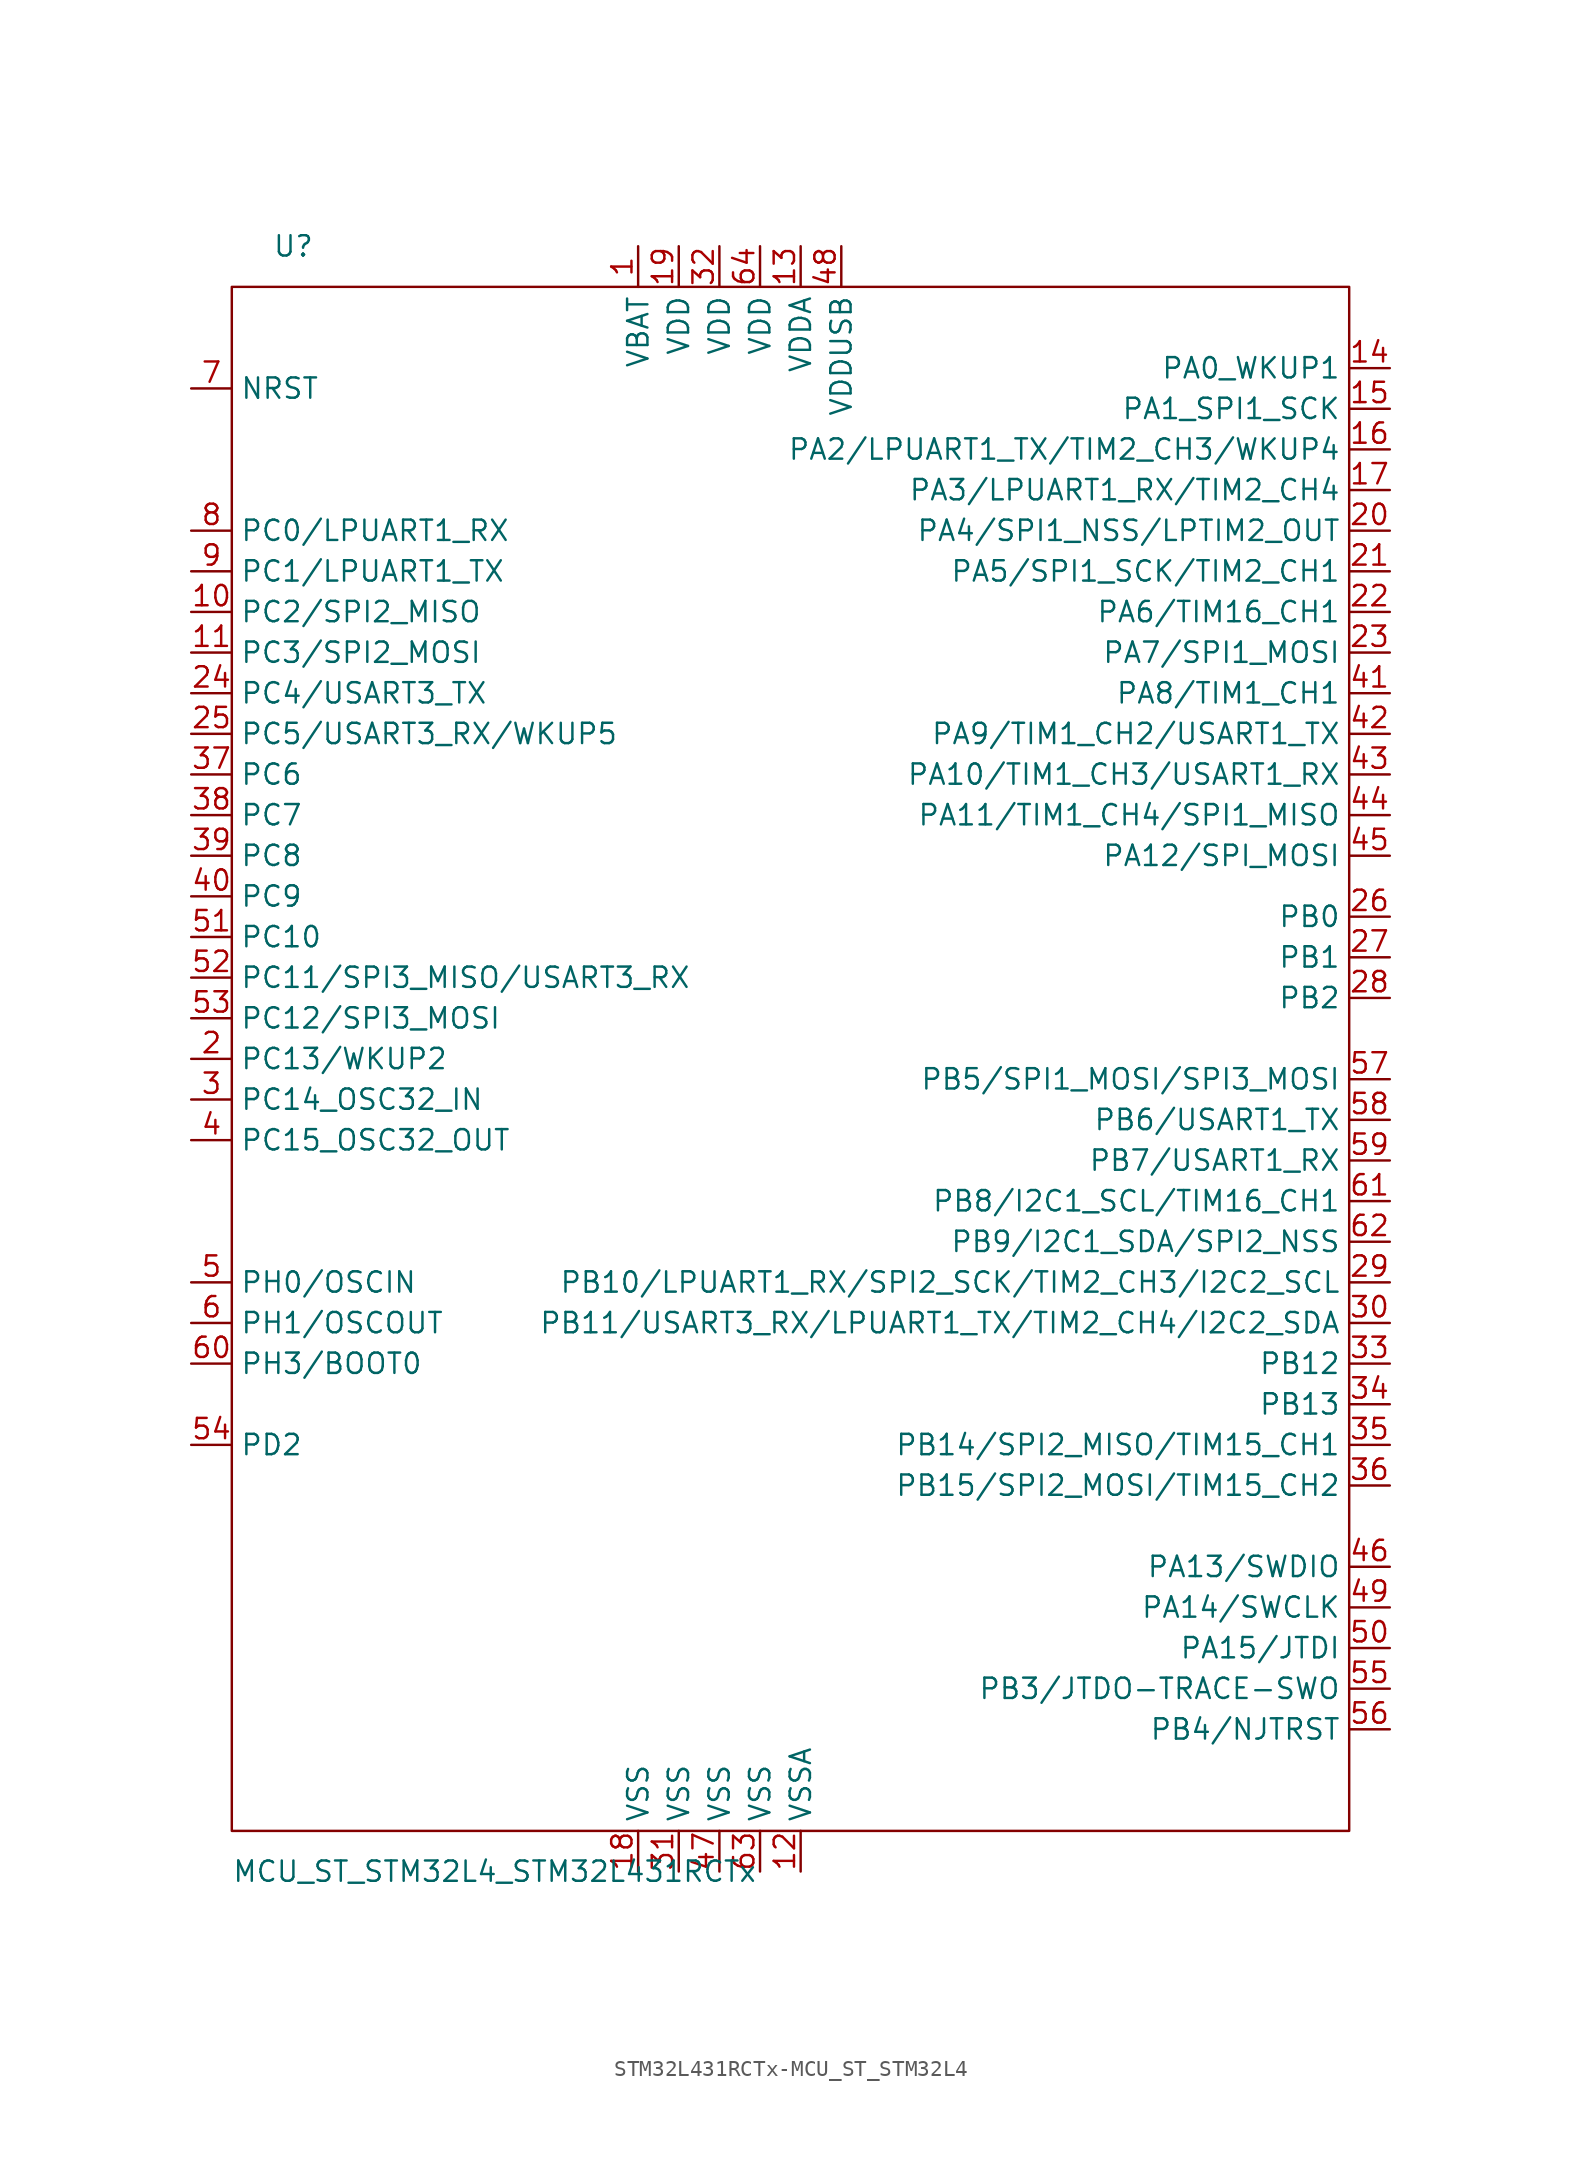
<source format=kicad_sym>
(kicad_symbol_lib
  (version 20220914)
  (generator kicad_symbol_editor)
  (symbol "STM32L431RCTx-MCU_ST_STM32L4"
    (property "Reference" "U"
      (at -6.35 29.21 0)
      (effects (font (size 1.27 1.27)) (justify left)))
    (property "Value" "MCU_ST_STM32L4_STM32L431RCTx"
      (at -8.89 -72.39 0)
      (effects (font (size 1.27 1.27)) (justify left)))
    (symbol "STM32L431RCTx-MCU_ST_STM32L4_0_1"
      (rectangle (start -8.89 26.67) (end 60.96 -69.85) (stroke (width 0) (type solid)) (fill (type none))))
    (symbol "STM32L431RCTx-MCU_ST_STM32L4_1_1"
      (pin power_in line (at 16.51 29.21 270) (length 2.54) (name "VBAT" (effects (font (size 1.27 1.27)))) (number "1" (effects (font (size 1.27 1.27)))))
      (pin bidirectional line (at -11.43 6.35 0) (length 2.54) (name "PC2/SPI2_MISO" (effects (font (size 1.27 1.27)))) (number "10" (effects (font (size 1.27 1.27)))))
      (pin bidirectional line (at -11.43 3.81 0) (length 2.54) (name "PC3/SPI2_MOSI" (effects (font (size 1.27 1.27)))) (number "11" (effects (font (size 1.27 1.27)))))
      (pin power_in line (at 26.67 -72.39 90) (length 2.54) (name "VSSA" (effects (font (size 1.27 1.27)))) (number "12" (effects (font (size 1.27 1.27)))))
      (pin power_in line (at 26.67 29.21 270) (length 2.54) (name "VDDA" (effects (font (size 1.27 1.27)))) (number "13" (effects (font (size 1.27 1.27)))))
      (pin bidirectional line (at 63.5 21.59 180) (length 2.54) (name "PA0_WKUP1" (effects (font (size 1.27 1.27)))) (number "14" (effects (font (size 1.27 1.27)))))
      (pin bidirectional line (at 63.5 19.05 180) (length 2.54) (name "PA1_SPI1_SCK" (effects (font (size 1.27 1.27)))) (number "15" (effects (font (size 1.27 1.27)))))
      (pin bidirectional line (at 63.5 16.51 180) (length 2.54) (name "PA2/LPUART1_TX/TIM2_CH3/WKUP4" (effects (font (size 1.27 1.27)))) (number "16" (effects (font (size 1.27 1.27)))))
      (pin bidirectional line (at 63.5 13.97 180) (length 2.54) (name "PA3/LPUART1_RX/TIM2_CH4" (effects (font (size 1.27 1.27)))) (number "17" (effects (font (size 1.27 1.27)))))
      (pin power_in line (at 16.51 -72.39 90) (length 2.54) (name "VSS" (effects (font (size 1.27 1.27)))) (number "18" (effects (font (size 1.27 1.27)))))
      (pin power_in line (at 19.05 29.21 270) (length 2.54) (name "VDD" (effects (font (size 1.27 1.27)))) (number "19" (effects (font (size 1.27 1.27)))))
      (pin bidirectional line (at -11.43 -21.59 0) (length 2.54) (name "PC13/WKUP2" (effects (font (size 1.27 1.27)))) (number "2" (effects (font (size 1.27 1.27)))))
      (pin bidirectional line (at 63.5 11.43 180) (length 2.54) (name "PA4/SPI1_NSS/LPTIM2_OUT" (effects (font (size 1.27 1.27)))) (number "20" (effects (font (size 1.27 1.27)))))
      (pin bidirectional line (at 63.5 8.89 180) (length 2.54) (name "PA5/SPI1_SCK/TIM2_CH1" (effects (font (size 1.27 1.27)))) (number "21" (effects (font (size 1.27 1.27)))))
      (pin bidirectional line (at 63.5 6.35 180) (length 2.54) (name "PA6/TIM16_CH1" (effects (font (size 1.27 1.27)))) (number "22" (effects (font (size 1.27 1.27)))))
      (pin bidirectional line (at 63.5 3.81 180) (length 2.54) (name "PA7/SPI1_MOSI" (effects (font (size 1.27 1.27)))) (number "23" (effects (font (size 1.27 1.27)))))
      (pin bidirectional line (at -11.43 1.27 0) (length 2.54) (name "PC4/USART3_TX" (effects (font (size 1.27 1.27)))) (number "24" (effects (font (size 1.27 1.27)))))
      (pin bidirectional line (at -11.43 -1.27 0) (length 2.54) (name "PC5/USART3_RX/WKUP5" (effects (font (size 1.27 1.27)))) (number "25" (effects (font (size 1.27 1.27)))))
      (pin bidirectional line (at 63.5 -12.7 180) (length 2.54) (name "PB0" (effects (font (size 1.27 1.27)))) (number "26" (effects (font (size 1.27 1.27)))))
      (pin bidirectional line (at 63.5 -15.24 180) (length 2.54) (name "PB1" (effects (font (size 1.27 1.27)))) (number "27" (effects (font (size 1.27 1.27)))))
      (pin bidirectional line (at 63.5 -17.78 180) (length 2.54) (name "PB2" (effects (font (size 1.27 1.27)))) (number "28" (effects (font (size 1.27 1.27)))))
      (pin bidirectional line (at 63.5 -35.56 180) (length 2.54) (name "PB10/LPUART1_RX/SPI2_SCK/TIM2_CH3/I2C2_SCL" (effects (font (size 1.27 1.27)))) (number "29" (effects (font (size 1.27 1.27)))))
      (pin bidirectional line (at -11.43 -24.13 0) (length 2.54) (name "PC14_OSC32_IN" (effects (font (size 1.27 1.27)))) (number "3" (effects (font (size 1.27 1.27)))))
      (pin bidirectional line (at 63.5 -38.1 180) (length 2.54) (name "PB11/USART3_RX/LPUART1_TX/TIM2_CH4/I2C2_SDA" (effects (font (size 1.27 1.27)))) (number "30" (effects (font (size 1.27 1.27)))))
      (pin power_in line (at 19.05 -72.39 90) (length 2.54) (name "VSS" (effects (font (size 1.27 1.27)))) (number "31" (effects (font (size 1.27 1.27)))))
      (pin power_in line (at 21.59 29.21 270) (length 2.54) (name "VDD" (effects (font (size 1.27 1.27)))) (number "32" (effects (font (size 1.27 1.27)))))
      (pin bidirectional line (at 63.5 -40.64 180) (length 2.54) (name "PB12" (effects (font (size 1.27 1.27)))) (number "33" (effects (font (size 1.27 1.27)))))
      (pin bidirectional line (at 63.5 -43.18 180) (length 2.54) (name "PB13" (effects (font (size 1.27 1.27)))) (number "34" (effects (font (size 1.27 1.27)))))
      (pin bidirectional line (at 63.5 -45.72 180) (length 2.54) (name "PB14/SPI2_MISO/TIM15_CH1" (effects (font (size 1.27 1.27)))) (number "35" (effects (font (size 1.27 1.27)))))
      (pin bidirectional line (at 63.5 -48.26 180) (length 2.54) (name "PB15/SPI2_MOSI/TIM15_CH2" (effects (font (size 1.27 1.27)))) (number "36" (effects (font (size 1.27 1.27)))))
      (pin bidirectional line (at -11.43 -3.81 0) (length 2.54) (name "PC6" (effects (font (size 1.27 1.27)))) (number "37" (effects (font (size 1.27 1.27)))))
      (pin bidirectional line (at -11.43 -6.35 0) (length 2.54) (name "PC7" (effects (font (size 1.27 1.27)))) (number "38" (effects (font (size 1.27 1.27)))))
      (pin bidirectional line (at -11.43 -8.89 0) (length 2.54) (name "PC8" (effects (font (size 1.27 1.27)))) (number "39" (effects (font (size 1.27 1.27)))))
      (pin bidirectional line (at -11.43 -26.67 0) (length 2.54) (name "PC15_OSC32_OUT" (effects (font (size 1.27 1.27)))) (number "4" (effects (font (size 1.27 1.27)))))
      (pin bidirectional line (at -11.43 -11.43 0) (length 2.54) (name "PC9" (effects (font (size 1.27 1.27)))) (number "40" (effects (font (size 1.27 1.27)))))
      (pin bidirectional line (at 63.5 1.27 180) (length 2.54) (name "PA8/TIM1_CH1" (effects (font (size 1.27 1.27)))) (number "41" (effects (font (size 1.27 1.27)))))
      (pin bidirectional line (at 63.5 -1.27 180) (length 2.54) (name "PA9/TIM1_CH2/USART1_TX" (effects (font (size 1.27 1.27)))) (number "42" (effects (font (size 1.27 1.27)))))
      (pin bidirectional line (at 63.5 -3.81 180) (length 2.54) (name "PA10/TIM1_CH3/USART1_RX" (effects (font (size 1.27 1.27)))) (number "43" (effects (font (size 1.27 1.27)))))
      (pin bidirectional line (at 63.5 -6.35 180) (length 2.54) (name "PA11/TIM1_CH4/SPI1_MISO" (effects (font (size 1.27 1.27)))) (number "44" (effects (font (size 1.27 1.27)))))
      (pin bidirectional line (at 63.5 -8.89 180) (length 2.54) (name "PA12/SPI_MOSI" (effects (font (size 1.27 1.27)))) (number "45" (effects (font (size 1.27 1.27)))))
      (pin bidirectional line (at 63.5 -53.34 180) (length 2.54) (name "PA13/SWDIO" (effects (font (size 1.27 1.27)))) (number "46" (effects (font (size 1.27 1.27)))))
      (pin power_in line (at 21.59 -72.39 90) (length 2.54) (name "VSS" (effects (font (size 1.27 1.27)))) (number "47" (effects (font (size 1.27 1.27)))))
      (pin power_in line (at 29.21 29.21 270) (length 2.54) (name "VDDUSB" (effects (font (size 1.27 1.27)))) (number "48" (effects (font (size 1.27 1.27)))))
      (pin bidirectional line (at 63.5 -55.88 180) (length 2.54) (name "PA14/SWCLK" (effects (font (size 1.27 1.27)))) (number "49" (effects (font (size 1.27 1.27)))))
      (pin input line (at -11.43 -35.56 0) (length 2.54) (name "PH0/OSCIN" (effects (font (size 1.27 1.27)))) (number "5" (effects (font (size 1.27 1.27)))))
      (pin bidirectional line (at 63.5 -58.42 180) (length 2.54) (name "PA15/JTDI" (effects (font (size 1.27 1.27)))) (number "50" (effects (font (size 1.27 1.27)))))
      (pin bidirectional line (at -11.43 -13.97 0) (length 2.54) (name "PC10" (effects (font (size 1.27 1.27)))) (number "51" (effects (font (size 1.27 1.27)))))
      (pin bidirectional line (at -11.43 -16.51 0) (length 2.54) (name "PC11/SPI3_MISO/USART3_RX" (effects (font (size 1.27 1.27)))) (number "52" (effects (font (size 1.27 1.27)))))
      (pin bidirectional line (at -11.43 -19.05 0) (length 2.54) (name "PC12/SPI3_MOSI" (effects (font (size 1.27 1.27)))) (number "53" (effects (font (size 1.27 1.27)))))
      (pin bidirectional line (at -11.43 -45.72 0) (length 2.54) (name "PD2" (effects (font (size 1.27 1.27)))) (number "54" (effects (font (size 1.27 1.27)))))
      (pin bidirectional line (at 63.5 -60.96 180) (length 2.54) (name "PB3/JTDO-TRACE-SWO" (effects (font (size 1.27 1.27)))) (number "55" (effects (font (size 1.27 1.27)))))
      (pin bidirectional line (at 63.5 -63.5 180) (length 2.54) (name "PB4/NJTRST" (effects (font (size 1.27 1.27)))) (number "56" (effects (font (size 1.27 1.27)))))
      (pin bidirectional line (at 63.5 -22.86 180) (length 2.54) (name "PB5/SPI1_MOSI/SPI3_MOSI" (effects (font (size 1.27 1.27)))) (number "57" (effects (font (size 1.27 1.27)))))
      (pin bidirectional line (at 63.5 -25.4 180) (length 2.54) (name "PB6/USART1_TX" (effects (font (size 1.27 1.27)))) (number "58" (effects (font (size 1.27 1.27)))))
      (pin bidirectional line (at 63.5 -27.94 180) (length 2.54) (name "PB7/USART1_RX" (effects (font (size 1.27 1.27)))) (number "59" (effects (font (size 1.27 1.27)))))
      (pin input line (at -11.43 -38.1 0) (length 2.54) (name "PH1/OSCOUT" (effects (font (size 1.27 1.27)))) (number "6" (effects (font (size 1.27 1.27)))))
      (pin bidirectional line (at -11.43 -40.64 0) (length 2.54) (name "PH3/BOOT0" (effects (font (size 1.27 1.27)))) (number "60" (effects (font (size 1.27 1.27)))))
      (pin bidirectional line (at 63.5 -30.48 180) (length 2.54) (name "PB8/I2C1_SCL/TIM16_CH1" (effects (font (size 1.27 1.27)))) (number "61" (effects (font (size 1.27 1.27)))))
      (pin bidirectional line (at 63.5 -33.02 180) (length 2.54) (name "PB9/I2C1_SDA/SPI2_NSS" (effects (font (size 1.27 1.27)))) (number "62" (effects (font (size 1.27 1.27)))))
      (pin power_in line (at 24.13 -72.39 90) (length 2.54) (name "VSS" (effects (font (size 1.27 1.27)))) (number "63" (effects (font (size 1.27 1.27)))))
      (pin power_in line (at 24.13 29.21 270) (length 2.54) (name "VDD" (effects (font (size 1.27 1.27)))) (number "64" (effects (font (size 1.27 1.27)))))
      (pin input line (at -11.43 20.32 0) (length 2.54) (name "NRST" (effects (font (size 1.27 1.27)))) (number "7" (effects (font (size 1.27 1.27)))))
      (pin bidirectional line (at -11.43 11.43 0) (length 2.54) (name "PC0/LPUART1_RX" (effects (font (size 1.27 1.27)))) (number "8" (effects (font (size 1.27 1.27)))))
      (pin bidirectional line (at -11.43 8.89 0) (length 2.54) (name "PC1/LPUART1_TX" (effects (font (size 1.27 1.27)))) (number "9" (effects (font (size 1.27 1.27))))))))
</source>
